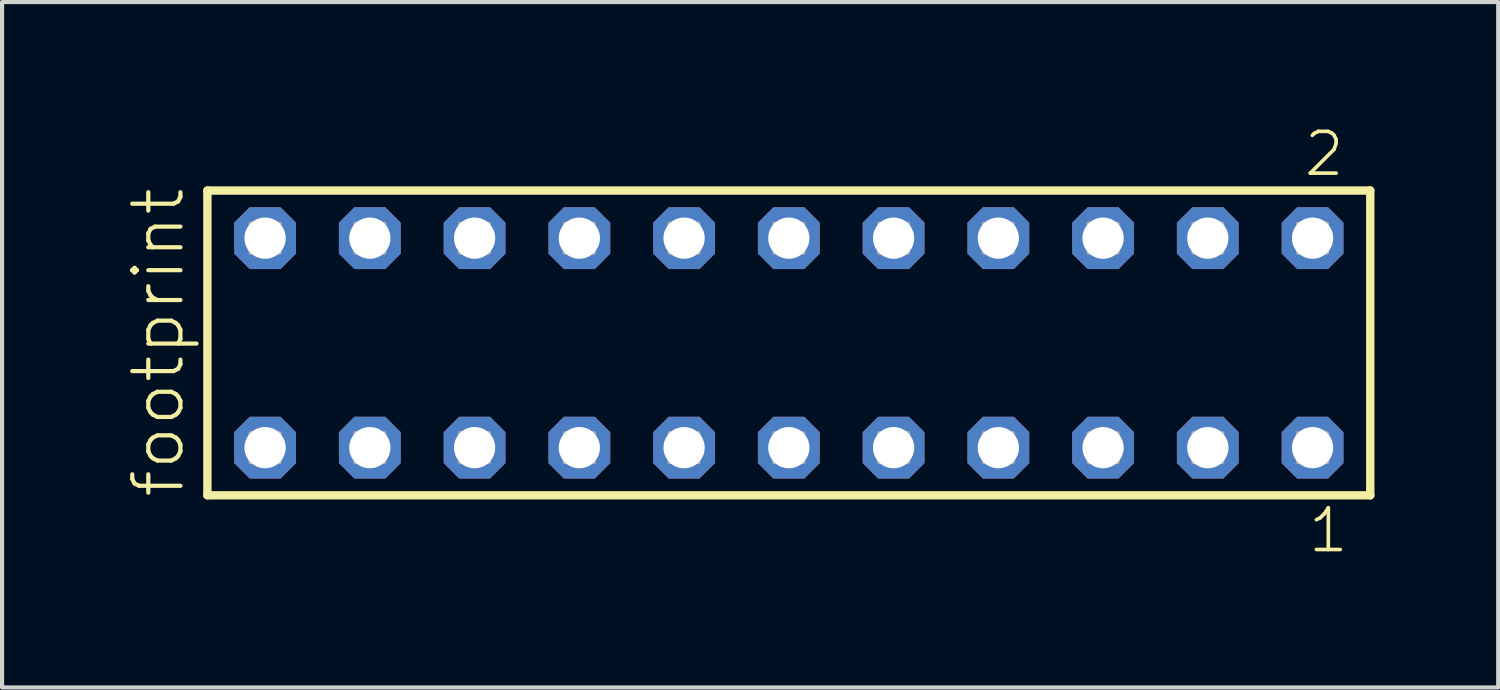
<source format=kicad_pcb>
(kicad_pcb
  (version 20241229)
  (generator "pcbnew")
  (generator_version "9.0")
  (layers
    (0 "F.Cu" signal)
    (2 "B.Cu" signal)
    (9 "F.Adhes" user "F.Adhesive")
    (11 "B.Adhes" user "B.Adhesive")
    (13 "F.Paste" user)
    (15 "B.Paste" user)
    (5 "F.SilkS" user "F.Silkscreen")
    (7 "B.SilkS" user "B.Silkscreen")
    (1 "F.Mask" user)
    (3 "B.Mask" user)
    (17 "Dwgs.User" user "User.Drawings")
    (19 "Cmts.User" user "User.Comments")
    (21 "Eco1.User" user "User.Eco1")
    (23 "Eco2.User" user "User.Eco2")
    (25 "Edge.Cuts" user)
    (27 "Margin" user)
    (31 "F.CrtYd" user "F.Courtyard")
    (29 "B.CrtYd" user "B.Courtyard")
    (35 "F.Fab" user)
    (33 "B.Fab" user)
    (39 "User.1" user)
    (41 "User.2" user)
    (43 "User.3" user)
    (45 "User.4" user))
  (footprint "footprint"
    (layer "F.Cu")
    (at 16.078 5.265)
    (property "Reference" "footprint" (at -14.605 3.81 90) (layer "F.SilkS") (effects (font (size 1.168 1.168) (thickness 0.102)) (justify left bottom)))
    (fp_line (start -14.099 -3.695) (end 14.099 -3.695) (stroke (width 0.203) (type solid)) (layer "F.SilkS"))
    (fp_line (start -14.099 3.695) (end -14.099 -3.695) (stroke (width 0.203) (type solid)) (layer "F.SilkS"))
    (fp_line (start 14.099 -3.695) (end 14.099 3.695) (stroke (width 0.203) (type solid)) (layer "F.SilkS"))
    (fp_line (start 14.099 3.695) (end -14.099 3.695) (stroke (width 0.203) (type solid)) (layer "F.SilkS"))
    (fp_poly (pts (xy -13.05 -2.19) (xy -12.35 -2.19) (xy -12.35 -2.89) (xy -13.05 -2.89)) (stroke (width 0.1) (type solid)) (fill no) (layer "F.Fab"))
    (fp_poly (pts (xy -13.05 2.89) (xy -12.35 2.89) (xy -12.35 2.19) (xy -13.05 2.19)) (stroke (width 0.1) (type solid)) (fill no) (layer "F.Fab"))
    (fp_poly (pts (xy -10.51 -2.19) (xy -9.81 -2.19) (xy -9.81 -2.89) (xy -10.51 -2.89)) (stroke (width 0.1) (type solid)) (fill no) (layer "F.Fab"))
    (fp_poly (pts (xy -10.51 2.89) (xy -9.81 2.89) (xy -9.81 2.19) (xy -10.51 2.19)) (stroke (width 0.1) (type solid)) (fill no) (layer "F.Fab"))
    (fp_poly (pts (xy -7.97 -2.19) (xy -7.27 -2.19) (xy -7.27 -2.89) (xy -7.97 -2.89)) (stroke (width 0.1) (type solid)) (fill no) (layer "F.Fab"))
    (fp_poly (pts (xy -7.97 2.89) (xy -7.27 2.89) (xy -7.27 2.19) (xy -7.97 2.19)) (stroke (width 0.1) (type solid)) (fill no) (layer "F.Fab"))
    (fp_poly (pts (xy -5.43 -2.19) (xy -4.73 -2.19) (xy -4.73 -2.89) (xy -5.43 -2.89)) (stroke (width 0.1) (type solid)) (fill no) (layer "F.Fab"))
    (fp_poly (pts (xy -5.43 2.89) (xy -4.73 2.89) (xy -4.73 2.19) (xy -5.43 2.19)) (stroke (width 0.1) (type solid)) (fill no) (layer "F.Fab"))
    (fp_poly (pts (xy -2.89 -2.19) (xy -2.19 -2.19) (xy -2.19 -2.89) (xy -2.89 -2.89)) (stroke (width 0.1) (type solid)) (fill no) (layer "F.Fab"))
    (fp_poly (pts (xy -2.89 2.89) (xy -2.19 2.89) (xy -2.19 2.19) (xy -2.89 2.19)) (stroke (width 0.1) (type solid)) (fill no) (layer "F.Fab"))
    (fp_poly (pts (xy -0.35 -2.19) (xy 0.35 -2.19) (xy 0.35 -2.89) (xy -0.35 -2.89)) (stroke (width 0.1) (type solid)) (fill no) (layer "F.Fab"))
    (fp_poly (pts (xy -0.35 2.89) (xy 0.35 2.89) (xy 0.35 2.19) (xy -0.35 2.19)) (stroke (width 0.1) (type solid)) (fill no) (layer "F.Fab"))
    (fp_poly (pts (xy 2.19 -2.19) (xy 2.89 -2.19) (xy 2.89 -2.89) (xy 2.19 -2.89)) (stroke (width 0.1) (type solid)) (fill no) (layer "F.Fab"))
    (fp_poly (pts (xy 2.19 2.89) (xy 2.89 2.89) (xy 2.89 2.19) (xy 2.19 2.19)) (stroke (width 0.1) (type solid)) (fill no) (layer "F.Fab"))
    (fp_poly (pts (xy 4.73 -2.19) (xy 5.43 -2.19) (xy 5.43 -2.89) (xy 4.73 -2.89)) (stroke (width 0.1) (type solid)) (fill no) (layer "F.Fab"))
    (fp_poly (pts (xy 4.73 2.89) (xy 5.43 2.89) (xy 5.43 2.19) (xy 4.73 2.19)) (stroke (width 0.1) (type solid)) (fill no) (layer "F.Fab"))
    (fp_poly (pts (xy 7.27 -2.19) (xy 7.97 -2.19) (xy 7.97 -2.89) (xy 7.27 -2.89)) (stroke (width 0.1) (type solid)) (fill no) (layer "F.Fab"))
    (fp_poly (pts (xy 7.27 2.89) (xy 7.97 2.89) (xy 7.97 2.19) (xy 7.27 2.19)) (stroke (width 0.1) (type solid)) (fill no) (layer "F.Fab"))
    (fp_poly (pts (xy 9.81 -2.19) (xy 10.51 -2.19) (xy 10.51 -2.89) (xy 9.81 -2.89)) (stroke (width 0.1) (type solid)) (fill no) (layer "F.Fab"))
    (fp_poly (pts (xy 9.81 2.89) (xy 10.51 2.89) (xy 10.51 2.19) (xy 9.81 2.19)) (stroke (width 0.1) (type solid)) (fill no) (layer "F.Fab"))
    (fp_poly (pts (xy 12.35 -2.19) (xy 13.05 -2.19) (xy 13.05 -2.89) (xy 12.35 -2.89)) (stroke (width 0.1) (type solid)) (fill no) (layer "F.Fab"))
    (fp_poly (pts (xy 12.35 2.89) (xy 13.05 2.89) (xy 13.05 2.19) (xy 12.35 2.19)) (stroke (width 0.1) (type solid)) (fill no) (layer "F.Fab"))
    (fp_text user "2" (at 12.442 -3.989 0) (layer "F.SilkS") (effects (font (size 1.012 1.012) (thickness 0.088)) (justify left bottom)))
    (fp_text user "1" (at 12.542 5.138 0) (layer "F.SilkS") (effects (font (size 1.012 1.012) (thickness 0.088)) (justify left bottom)))
    (pad "1" thru_hole roundrect (at 12.7 2.54 180) (size 1.5 1.5) (drill 1) (layers "*.Cu" "*.Mask") (roundrect_rratio 0.25) (chamfer_ratio 0.25) (chamfer top_left top_right bottom_left bottom_right))
    (pad "2" thru_hole roundrect (at 12.7 -2.54 180) (size 1.5 1.5) (drill 1) (layers "*.Cu" "*.Mask") (roundrect_rratio 0.25) (chamfer_ratio 0.25) (chamfer top_left top_right bottom_left bottom_right))
    (pad "3" thru_hole roundrect (at 10.16 2.54 180) (size 1.5 1.5) (drill 1) (layers "*.Cu" "*.Mask") (roundrect_rratio 0.25) (chamfer_ratio 0.25) (chamfer top_left top_right bottom_left bottom_right))
    (pad "4" thru_hole roundrect (at 10.16 -2.54 180) (size 1.5 1.5) (drill 1) (layers "*.Cu" "*.Mask") (roundrect_rratio 0.25) (chamfer_ratio 0.25) (chamfer top_left top_right bottom_left bottom_right))
    (pad "5" thru_hole roundrect (at 7.62 2.54 180) (size 1.5 1.5) (drill 1) (layers "*.Cu" "*.Mask") (roundrect_rratio 0.25) (chamfer_ratio 0.25) (chamfer top_left top_right bottom_left bottom_right))
    (pad "6" thru_hole roundrect (at 7.62 -2.54 180) (size 1.5 1.5) (drill 1) (layers "*.Cu" "*.Mask") (roundrect_rratio 0.25) (chamfer_ratio 0.25) (chamfer top_left top_right bottom_left bottom_right))
    (pad "7" thru_hole roundrect (at 5.08 2.54 180) (size 1.5 1.5) (drill 1) (layers "*.Cu" "*.Mask") (roundrect_rratio 0.25) (chamfer_ratio 0.25) (chamfer top_left top_right bottom_left bottom_right))
    (pad "8" thru_hole roundrect (at 5.08 -2.54 180) (size 1.5 1.5) (drill 1) (layers "*.Cu" "*.Mask") (roundrect_rratio 0.25) (chamfer_ratio 0.25) (chamfer top_left top_right bottom_left bottom_right))
    (pad "9" thru_hole roundrect (at 2.54 2.54 180) (size 1.5 1.5) (drill 1) (layers "*.Cu" "*.Mask") (roundrect_rratio 0.25) (chamfer_ratio 0.25) (chamfer top_left top_right bottom_left bottom_right))
    (pad "10" thru_hole roundrect (at 2.54 -2.54 180) (size 1.5 1.5) (drill 1) (layers "*.Cu" "*.Mask") (roundrect_rratio 0.25) (chamfer_ratio 0.25) (chamfer top_left top_right bottom_left bottom_right))
    (pad "11" thru_hole roundrect (at 0 2.54 180) (size 1.5 1.5) (drill 1) (layers "*.Cu" "*.Mask") (roundrect_rratio 0.25) (chamfer_ratio 0.25) (chamfer top_left top_right bottom_left bottom_right))
    (pad "12" thru_hole roundrect (at 0 -2.54 180) (size 1.5 1.5) (drill 1) (layers "*.Cu" "*.Mask") (roundrect_rratio 0.25) (chamfer_ratio 0.25) (chamfer top_left top_right bottom_left bottom_right))
    (pad "13" thru_hole roundrect (at -2.54 2.54 180) (size 1.5 1.5) (drill 1) (layers "*.Cu" "*.Mask") (roundrect_rratio 0.25) (chamfer_ratio 0.25) (chamfer top_left top_right bottom_left bottom_right))
    (pad "14" thru_hole roundrect (at -2.54 -2.54 180) (size 1.5 1.5) (drill 1) (layers "*.Cu" "*.Mask") (roundrect_rratio 0.25) (chamfer_ratio 0.25) (chamfer top_left top_right bottom_left bottom_right))
    (pad "15" thru_hole roundrect (at -5.08 2.54 180) (size 1.5 1.5) (drill 1) (layers "*.Cu" "*.Mask") (roundrect_rratio 0.25) (chamfer_ratio 0.25) (chamfer top_left top_right bottom_left bottom_right))
    (pad "16" thru_hole roundrect (at -5.08 -2.54 180) (size 1.5 1.5) (drill 1) (layers "*.Cu" "*.Mask") (roundrect_rratio 0.25) (chamfer_ratio 0.25) (chamfer top_left top_right bottom_left bottom_right))
    (pad "17" thru_hole roundrect (at -7.62 2.54 180) (size 1.5 1.5) (drill 1) (layers "*.Cu" "*.Mask") (roundrect_rratio 0.25) (chamfer_ratio 0.25) (chamfer top_left top_right bottom_left bottom_right))
    (pad "18" thru_hole roundrect (at -7.62 -2.54 180) (size 1.5 1.5) (drill 1) (layers "*.Cu" "*.Mask") (roundrect_rratio 0.25) (chamfer_ratio 0.25) (chamfer top_left top_right bottom_left bottom_right))
    (pad "19" thru_hole roundrect (at -10.16 2.54 180) (size 1.5 1.5) (drill 1) (layers "*.Cu" "*.Mask") (roundrect_rratio 0.25) (chamfer_ratio 0.25) (chamfer top_left top_right bottom_left bottom_right))
    (pad "20" thru_hole roundrect (at -10.16 -2.54 180) (size 1.5 1.5) (drill 1) (layers "*.Cu" "*.Mask") (roundrect_rratio 0.25) (chamfer_ratio 0.25) (chamfer top_left top_right bottom_left bottom_right))
    (pad "21" thru_hole roundrect (at -12.7 2.54 180) (size 1.5 1.5) (drill 1) (layers "*.Cu" "*.Mask") (roundrect_rratio 0.25) (chamfer_ratio 0.25) (chamfer top_left top_right bottom_left bottom_right))
    (pad "22" thru_hole roundrect (at -12.7 -2.54 180) (size 1.5 1.5) (drill 1) (layers "*.Cu" "*.Mask") (roundrect_rratio 0.25) (chamfer_ratio 0.25) (chamfer top_left top_right bottom_left bottom_right)))
  (gr_rect
    (start -3 -3)
    (end 33.279 13.62)
    (stroke (width 0.1) (type default))
    (fill no)
    (layer "Edge.Cuts")))
</source>
